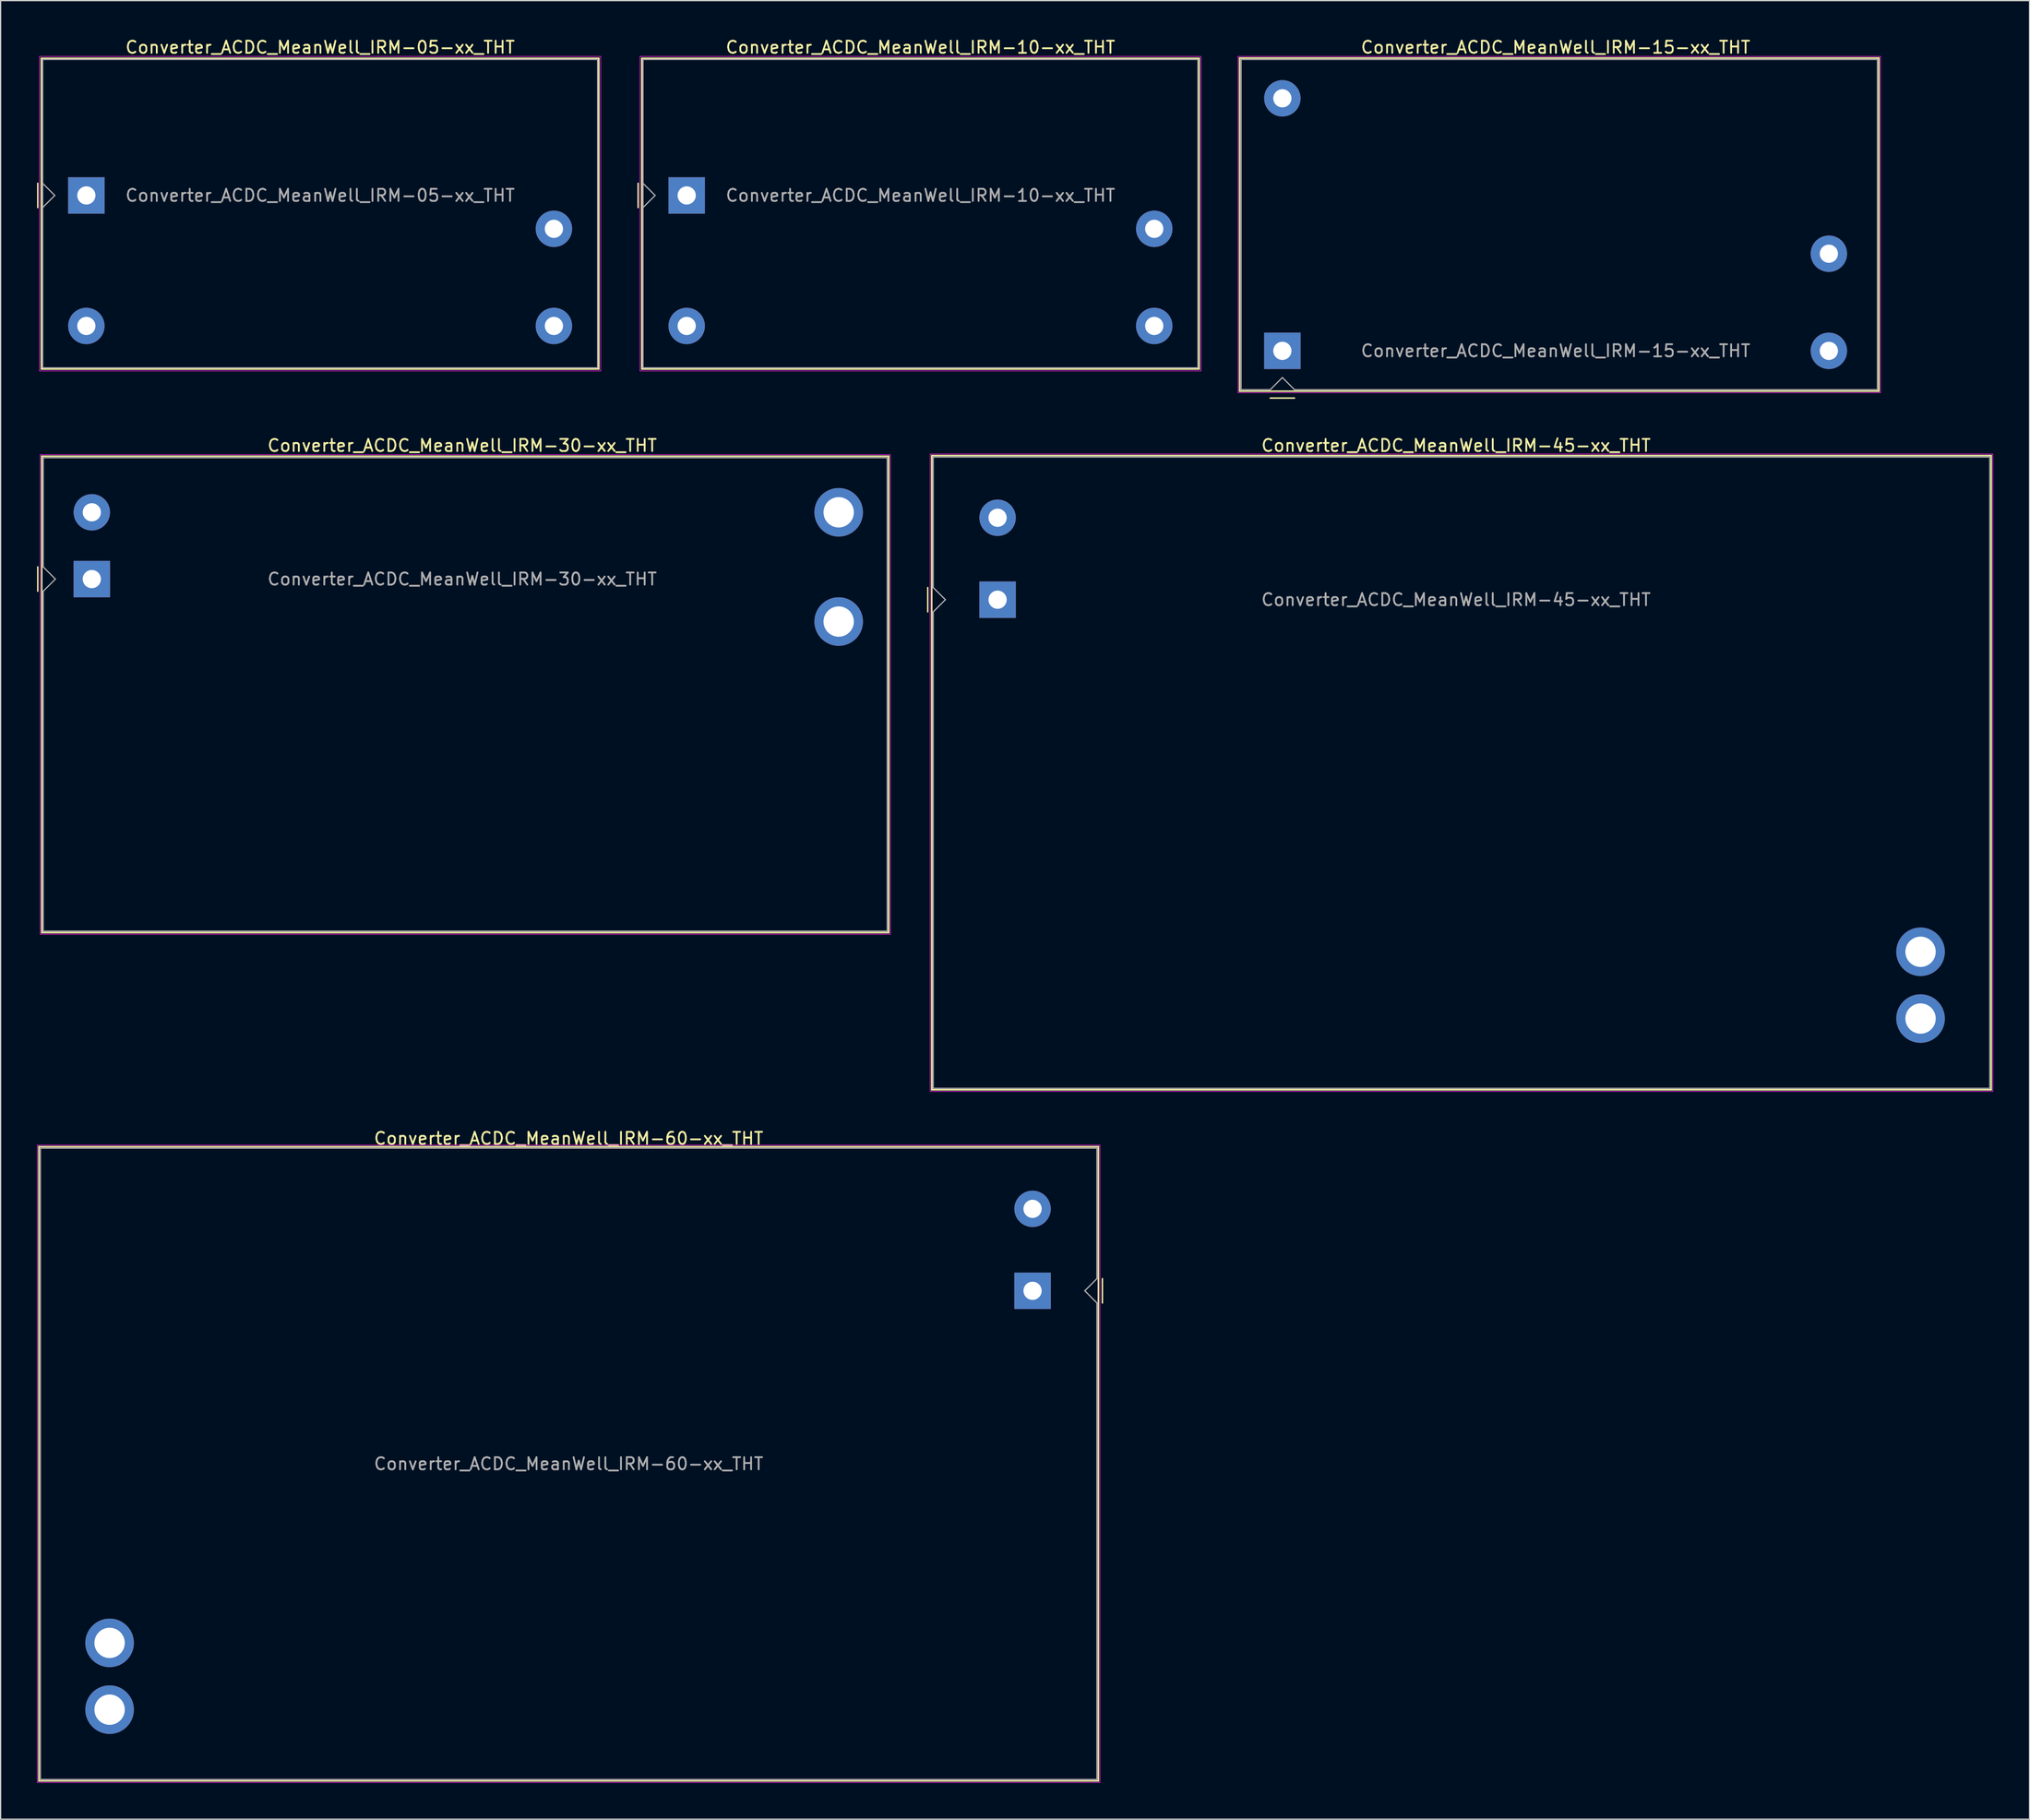
<source format=kicad_pcb>
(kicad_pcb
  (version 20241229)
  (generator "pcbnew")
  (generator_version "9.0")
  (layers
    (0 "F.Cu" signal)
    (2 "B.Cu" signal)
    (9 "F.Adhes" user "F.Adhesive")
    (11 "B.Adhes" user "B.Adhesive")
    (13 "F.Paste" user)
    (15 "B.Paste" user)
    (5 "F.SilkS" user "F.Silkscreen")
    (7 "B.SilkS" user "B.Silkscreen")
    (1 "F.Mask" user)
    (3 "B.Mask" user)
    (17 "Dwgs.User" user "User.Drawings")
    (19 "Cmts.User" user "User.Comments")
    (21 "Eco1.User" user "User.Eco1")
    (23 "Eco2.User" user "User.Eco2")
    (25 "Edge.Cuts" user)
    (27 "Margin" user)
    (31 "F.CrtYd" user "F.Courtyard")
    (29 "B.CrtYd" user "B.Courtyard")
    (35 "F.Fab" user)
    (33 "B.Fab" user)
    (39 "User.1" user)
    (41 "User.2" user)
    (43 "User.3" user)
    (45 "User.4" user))
  (footprint "Converter_ACDC_MeanWell_IRM-45-xx_THT"
    (layer "F.Cu")
    (at 79.095 46.346)
    (property "Reference" "Converter_ACDC_MeanWell_IRM-45-xx_THT" (at 37.75 -12.7 0) (layer "F.SilkS") (effects (font (size 1 1) (thickness 0.15))))
    (attr through_hole)
    (fp_line (start -5.75 1) (end -5.75 -1) (stroke (width 0.12) (type solid)) (layer "F.SilkS"))
    (fp_line (start -5.42 -11.87) (end -5.42 40.37) (stroke (width 0.12) (type solid)) (layer "F.SilkS"))
    (fp_line (start 81.82 -11.87) (end -5.42 -11.87) (stroke (width 0.12) (type solid)) (layer "F.SilkS"))
    (fp_line (start 81.82 -11.87) (end 81.82 40.37) (stroke (width 0.12) (type solid)) (layer "F.SilkS"))
    (fp_line (start 81.82 40.37) (end -5.42 40.37) (stroke (width 0.12) (type solid)) (layer "F.SilkS"))
    (fp_line (start -5.55 -12) (end -5.55 40.5) (stroke (width 0.05) (type solid)) (layer "F.CrtYd"))
    (fp_line (start 81.95 -12) (end -5.55 -12) (stroke (width 0.05) (type solid)) (layer "F.CrtYd"))
    (fp_line (start 81.95 -12) (end 81.95 40.5) (stroke (width 0.05) (type solid)) (layer "F.CrtYd"))
    (fp_line (start 81.95 40.5) (end -5.55 40.5) (stroke (width 0.05) (type solid)) (layer "F.CrtYd"))
    (fp_line (start -5.3 -11.75) (end 81.7 -11.75) (stroke (width 0.1) (type solid)) (layer "F.Fab"))
    (fp_line (start -5.3 -1) (end -5.3 -11.75) (stroke (width 0.1) (type solid)) (layer "F.Fab"))
    (fp_line (start -5.3 1) (end -5.3 40.25) (stroke (width 0.1) (type solid)) (layer "F.Fab"))
    (fp_line (start -5.3 1) (end -4.3 0) (stroke (width 0.1) (type solid)) (layer "F.Fab"))
    (fp_line (start -4.3 0) (end -5.3 -1) (stroke (width 0.1) (type solid)) (layer "F.Fab"))
    (fp_line (start 81.7 -11.75) (end 81.7 40.25) (stroke (width 0.1) (type solid)) (layer "F.Fab"))
    (fp_line (start 81.7 40.25) (end -5.3 40.25) (stroke (width 0.1) (type solid)) (layer "F.Fab"))
    (fp_text user "${REFERENCE}" (at 37.75 0 0) (layer "F.Fab") (effects (font (size 1 1) (thickness 0.15))))
    (pad "1" thru_hole rect (at 0 0) (size 3 3) (drill 1.5) (layers "*.Cu" "*.Mask"))
    (pad "2" thru_hole circle (at 0 -6.75) (size 3 3) (drill 1.5) (layers "*.Cu" "*.Mask"))
    (pad "3" thru_hole circle (at 76 29) (size 4 4) (drill 2.5) (layers "*.Cu" "*.Mask"))
    (pad "4" thru_hole circle (at 76 34.5) (size 4 4) (drill 2.5) (layers "*.Cu" "*.Mask")))
  (footprint "Converter_ACDC_MeanWell_IRM-30-xx_THT"
    (layer "F.Cu")
    (at 4.51 44.647)
    (property "Reference" "Converter_ACDC_MeanWell_IRM-30-xx_THT" (at 30.5 -11 0) (layer "F.SilkS") (effects (font (size 1 1) (thickness 0.15))))
    (attr through_hole)
    (fp_line (start -4.45 1) (end -4.45 -1) (stroke (width 0.12) (type solid)) (layer "F.SilkS"))
    (fp_line (start -4.12 -10.12) (end -4.12 29.12) (stroke (width 0.12) (type solid)) (layer "F.SilkS"))
    (fp_line (start 65.62 -10.12) (end -4.12 -10.12) (stroke (width 0.12) (type solid)) (layer "F.SilkS"))
    (fp_line (start 65.62 -10.12) (end 65.62 29.12) (stroke (width 0.12) (type solid)) (layer "F.SilkS"))
    (fp_line (start 65.62 29.12) (end -4.12 29.12) (stroke (width 0.12) (type solid)) (layer "F.SilkS"))
    (fp_line (start -4.25 -10.25) (end -4.25 29.25) (stroke (width 0.05) (type solid)) (layer "F.CrtYd"))
    (fp_line (start 65.75 -10.25) (end -4.25 -10.25) (stroke (width 0.05) (type solid)) (layer "F.CrtYd"))
    (fp_line (start 65.75 -10.25) (end 65.75 29.25) (stroke (width 0.05) (type solid)) (layer "F.CrtYd"))
    (fp_line (start 65.75 29.25) (end -4.25 29.25) (stroke (width 0.05) (type solid)) (layer "F.CrtYd"))
    (fp_line (start -4 -10) (end 65.5 -10) (stroke (width 0.1) (type solid)) (layer "F.Fab"))
    (fp_line (start -4 -1) (end -4 -10) (stroke (width 0.1) (type solid)) (layer "F.Fab"))
    (fp_line (start -4 1) (end -4 29) (stroke (width 0.1) (type solid)) (layer "F.Fab"))
    (fp_line (start -4 1) (end -3 0) (stroke (width 0.1) (type solid)) (layer "F.Fab"))
    (fp_line (start -3 0) (end -4 -1) (stroke (width 0.1) (type solid)) (layer "F.Fab"))
    (fp_line (start 65.5 -10) (end 65.5 29) (stroke (width 0.1) (type solid)) (layer "F.Fab"))
    (fp_line (start 65.5 29) (end -4 29) (stroke (width 0.1) (type solid)) (layer "F.Fab"))
    (fp_text user "${REFERENCE}" (at 30.5 0 0) (layer "F.Fab") (effects (font (size 1 1) (thickness 0.15))))
    (pad "1" thru_hole rect (at 0 0) (size 3 3) (drill 1.5) (layers "*.Cu" "*.Mask"))
    (pad "2" thru_hole circle (at 0 -5.5) (size 3 3) (drill 1.5) (layers "*.Cu" "*.Mask"))
    (pad "3" thru_hole circle (at 61.5 -5.5) (size 4 4) (drill 2.5) (layers "*.Cu" "*.Mask"))
    (pad "4" thru_hole circle (at 61.5 3.5) (size 4 4) (drill 2.5) (layers "*.Cu" "*.Mask")))
  (footprint "Converter_ACDC_MeanWell_IRM-05-xx_THT"
    (layer "F.Cu")
    (at 4.06 13.048)
    (property "Reference" "Converter_ACDC_MeanWell_IRM-05-xx_THT" (at 19.25 -12.2 0) (layer "F.SilkS") (effects (font (size 1 1) (thickness 0.15))))
    (attr through_hole)
    (fp_line (start -4 -1) (end -4 1) (stroke (width 0.12) (type solid)) (layer "F.SilkS"))
    (fp_line (start -3.7 -11.3) (end -3.7 14.3) (stroke (width 0.12) (type solid)) (layer "F.SilkS"))
    (fp_line (start -3.7 -11.3) (end 42.2 -11.3) (stroke (width 0.12) (type solid)) (layer "F.SilkS"))
    (fp_line (start -3.7 14.3) (end 42.2 14.3) (stroke (width 0.12) (type solid)) (layer "F.SilkS"))
    (fp_line (start 42.2 -11.3) (end 42.2 14.3) (stroke (width 0.12) (type solid)) (layer "F.SilkS"))
    (fp_line (start -3.85 -11.45) (end -3.85 14.45) (stroke (width 0.05) (type solid)) (layer "F.CrtYd"))
    (fp_line (start -3.85 -11.45) (end 42.35 -11.45) (stroke (width 0.05) (type solid)) (layer "F.CrtYd"))
    (fp_line (start -3.85 14.45) (end 42.35 14.45) (stroke (width 0.05) (type solid)) (layer "F.CrtYd"))
    (fp_line (start 42.35 -11.45) (end 42.35 14.45) (stroke (width 0.05) (type solid)) (layer "F.CrtYd"))
    (fp_line (start -3.6 -11.2) (end -3.6 14.2) (stroke (width 0.1) (type solid)) (layer "F.Fab"))
    (fp_line (start -3.6 14.2) (end 42.1 14.2) (stroke (width 0.1) (type solid)) (layer "F.Fab"))
    (fp_line (start -2.6 0) (end -3.6 -1) (stroke (width 0.1) (type solid)) (layer "F.Fab"))
    (fp_line (start -2.6 0) (end -3.6 1) (stroke (width 0.1) (type solid)) (layer "F.Fab"))
    (fp_line (start 42.1 -11.2) (end -3.6 -11.2) (stroke (width 0.1) (type solid)) (layer "F.Fab"))
    (fp_line (start 42.1 -11.2) (end 42.1 14.2) (stroke (width 0.1) (type solid)) (layer "F.Fab"))
    (fp_text user "${REFERENCE}" (at 19.25 0 0) (layer "F.Fab") (effects (font (size 1 1) (thickness 0.15))))
    (pad "1" thru_hole rect (at 0 0) (size 3 3) (drill 1.5) (layers "*.Cu" "*.Mask"))
    (pad "2" thru_hole circle (at 0 10.75) (size 3 3) (drill 1.5) (layers "*.Cu" "*.Mask"))
    (pad "3" thru_hole circle (at 38.5 10.75) (size 3 3) (drill 1.5) (layers "*.Cu" "*.Mask"))
    (pad "4" thru_hole circle (at 38.5 2.75) (size 3 3) (drill 1.5) (layers "*.Cu" "*.Mask")))
  (footprint "Converter_ACDC_MeanWell_IRM-10-xx_THT"
    (layer "F.Cu")
    (at 53.495 13.048)
    (property "Reference" "Converter_ACDC_MeanWell_IRM-10-xx_THT" (at 19.25 -12.2 0) (layer "F.SilkS") (effects (font (size 1 1) (thickness 0.15))))
    (attr through_hole)
    (fp_line (start -4 -1) (end -4 1) (stroke (width 0.12) (type solid)) (layer "F.SilkS"))
    (fp_line (start -3.7 -11.3) (end -3.7 14.3) (stroke (width 0.12) (type solid)) (layer "F.SilkS"))
    (fp_line (start -3.7 -11.3) (end 42.2 -11.3) (stroke (width 0.12) (type solid)) (layer "F.SilkS"))
    (fp_line (start -3.7 14.3) (end 42.2 14.3) (stroke (width 0.12) (type solid)) (layer "F.SilkS"))
    (fp_line (start 42.2 -11.3) (end 42.2 14.3) (stroke (width 0.12) (type solid)) (layer "F.SilkS"))
    (fp_line (start -3.85 -11.45) (end -3.85 14.45) (stroke (width 0.05) (type solid)) (layer "F.CrtYd"))
    (fp_line (start -3.85 -11.45) (end 42.35 -11.45) (stroke (width 0.05) (type solid)) (layer "F.CrtYd"))
    (fp_line (start -3.85 14.45) (end 42.35 14.45) (stroke (width 0.05) (type solid)) (layer "F.CrtYd"))
    (fp_line (start 42.35 -11.45) (end 42.35 14.45) (stroke (width 0.05) (type solid)) (layer "F.CrtYd"))
    (fp_line (start -3.6 -11.2) (end -3.6 14.2) (stroke (width 0.1) (type solid)) (layer "F.Fab"))
    (fp_line (start -3.6 -1) (end -2.6 0) (stroke (width 0.1) (type solid)) (layer "F.Fab"))
    (fp_line (start -3.6 1) (end -2.6 0) (stroke (width 0.1) (type solid)) (layer "F.Fab"))
    (fp_line (start -3.6 14.2) (end 42.1 14.2) (stroke (width 0.1) (type solid)) (layer "F.Fab"))
    (fp_line (start 42.1 -11.2) (end -3.6 -11.2) (stroke (width 0.1) (type solid)) (layer "F.Fab"))
    (fp_line (start 42.1 -11.2) (end 42.1 14.2) (stroke (width 0.1) (type solid)) (layer "F.Fab"))
    (fp_text user "${REFERENCE}" (at 19.25 0 0) (layer "F.Fab") (effects (font (size 1 1) (thickness 0.15))))
    (pad "1" thru_hole rect (at 0 0) (size 3 3) (drill 1.5) (layers "*.Cu" "*.Mask"))
    (pad "2" thru_hole circle (at 0 10.75) (size 3 3) (drill 1.5) (layers "*.Cu" "*.Mask"))
    (pad "3" thru_hole circle (at 38.5 10.75) (size 3 3) (drill 1.5) (layers "*.Cu" "*.Mask"))
    (pad "4" thru_hole circle (at 38.5 2.75) (size 3 3) (drill 1.5) (layers "*.Cu" "*.Mask")))
  (footprint "Converter_ACDC_MeanWell_IRM-15-xx_THT"
    (layer "F.Cu")
    (at 102.545 25.848)
    (property "Reference" "Converter_ACDC_MeanWell_IRM-15-xx_THT" (at 22.5 -25 0) (layer "F.SilkS") (effects (font (size 1 1) (thickness 0.15))))
    (attr through_hole)
    (fp_line (start -3.52 -24.12) (end -3.52 3.32) (stroke (width 0.12) (type solid)) (layer "F.SilkS"))
    (fp_line (start -3.52 -24.12) (end 49.12 -24.12) (stroke (width 0.12) (type solid)) (layer "F.SilkS"))
    (fp_line (start -3.52 3.32) (end 49.12 3.32) (stroke (width 0.12) (type solid)) (layer "F.SilkS"))
    (fp_line (start 1 3.89) (end -1 3.89) (stroke (width 0.12) (type solid)) (layer "F.SilkS"))
    (fp_line (start 49.12 -24.12) (end 49.12 3.32) (stroke (width 0.12) (type solid)) (layer "F.SilkS"))
    (fp_line (start -3.65 -24.25) (end -3.65 3.45) (stroke (width 0.05) (type solid)) (layer "F.CrtYd"))
    (fp_line (start -3.65 -24.25) (end 49.25 -24.25) (stroke (width 0.05) (type solid)) (layer "F.CrtYd"))
    (fp_line (start -3.65 3.45) (end 49.25 3.45) (stroke (width 0.05) (type solid)) (layer "F.CrtYd"))
    (fp_line (start 49.25 -24.25) (end 49.25 3.45) (stroke (width 0.05) (type solid)) (layer "F.CrtYd"))
    (fp_line (start -3.4 -24) (end -3.4 3.2) (stroke (width 0.1) (type solid)) (layer "F.Fab"))
    (fp_line (start -3.4 -24) (end 49 -24) (stroke (width 0.1) (type solid)) (layer "F.Fab"))
    (fp_line (start -1 3.2) (end -3.4 3.2) (stroke (width 0.1) (type solid)) (layer "F.Fab"))
    (fp_line (start 0 2.2) (end -1 3.2) (stroke (width 0.1) (type solid)) (layer "F.Fab"))
    (fp_line (start 1 3.2) (end 0 2.2) (stroke (width 0.1) (type solid)) (layer "F.Fab"))
    (fp_line (start 49 -24) (end 49 3.2) (stroke (width 0.1) (type solid)) (layer "F.Fab"))
    (fp_line (start 49 3.2) (end 1 3.2) (stroke (width 0.1) (type solid)) (layer "F.Fab"))
    (fp_text user "${REFERENCE}" (at 22.5 0 0) (layer "F.Fab") (effects (font (size 1 1) (thickness 0.15))))
    (pad "1" thru_hole rect (at 0 0) (size 3 3) (drill 1.5) (layers "*.Cu" "*.Mask"))
    (pad "2" thru_hole circle (at 0 -20.8) (size 3 3) (drill 1.5) (layers "*.Cu" "*.Mask"))
    (pad "3" thru_hole circle (at 45 0) (size 3 3) (drill 1.5) (layers "*.Cu" "*.Mask"))
    (pad "4" thru_hole circle (at 45 -8) (size 3 3) (drill 1.5) (layers "*.Cu" "*.Mask")))
  (footprint "Converter_ACDC_MeanWell_IRM-60-xx_THT"
    (layer "F.Cu")
    (at 81.975 103.27)
    (property "Reference" "Converter_ACDC_MeanWell_IRM-60-xx_THT" (at -38.2 -12.55 0) (layer "F.SilkS") (effects (font (size 1 1) (thickness 0.15))))
    (attr through_hole)
    (fp_line (start -81.82 -11.87) (end -81.82 40.37) (stroke (width 0.12) (type solid)) (layer "F.SilkS"))
    (fp_line (start -81.82 -11.87) (end 5.42 -11.87) (stroke (width 0.12) (type solid)) (layer "F.SilkS"))
    (fp_line (start -81.82 40.37) (end 5.42 40.37) (stroke (width 0.12) (type solid)) (layer "F.SilkS"))
    (fp_line (start 5.42 -11.87) (end 5.42 40.37) (stroke (width 0.12) (type solid)) (layer "F.SilkS"))
    (fp_line (start 5.75 1) (end 5.75 -1) (stroke (width 0.12) (type solid)) (layer "F.SilkS"))
    (fp_line (start -81.95 -12) (end -81.95 40.5) (stroke (width 0.05) (type solid)) (layer "F.CrtYd"))
    (fp_line (start -81.95 -12) (end 5.55 -12) (stroke (width 0.05) (type solid)) (layer "F.CrtYd"))
    (fp_line (start -81.95 40.5) (end 5.55 40.5) (stroke (width 0.05) (type solid)) (layer "F.CrtYd"))
    (fp_line (start 5.55 -12) (end 5.55 40.5) (stroke (width 0.05) (type solid)) (layer "F.CrtYd"))
    (fp_line (start -81.7 -11.75) (end -81.7 40.25) (stroke (width 0.1) (type solid)) (layer "F.Fab"))
    (fp_line (start -81.7 40.25) (end 5.3 40.25) (stroke (width 0.1) (type solid)) (layer "F.Fab"))
    (fp_line (start 4.3 0) (end 5.3 -1) (stroke (width 0.1) (type solid)) (layer "F.Fab"))
    (fp_line (start 5.3 -11.75) (end -81.7 -11.75) (stroke (width 0.1) (type solid)) (layer "F.Fab"))
    (fp_line (start 5.3 -1) (end 5.3 -11.75) (stroke (width 0.1) (type solid)) (layer "F.Fab"))
    (fp_line (start 5.3 1) (end 4.3 0) (stroke (width 0.1) (type solid)) (layer "F.Fab"))
    (fp_line (start 5.3 1) (end 5.3 40.25) (stroke (width 0.1) (type solid)) (layer "F.Fab"))
    (fp_text user "${REFERENCE}" (at -38.2 14.25 0) (layer "F.Fab") (effects (font (size 1 1) (thickness 0.15))))
    (pad "1" thru_hole rect (at 0 0) (size 3 3) (drill 1.5) (layers "*.Cu" "*.Mask"))
    (pad "2" thru_hole circle (at 0 -6.75) (size 3 3) (drill 1.5) (layers "*.Cu" "*.Mask"))
    (pad "3" thru_hole circle (at -76 29) (size 4 4) (drill 2.5) (layers "*.Cu" "*.Mask"))
    (pad "4" thru_hole circle (at -76 34.5) (size 4 4) (drill 2.5) (layers "*.Cu" "*.Mask")))
  (gr_rect
    (start -3 -3)
    (end 164.07 146.795)
    (stroke (width 0.1) (type default))
    (fill no)
    (layer "Edge.Cuts")))
</source>
